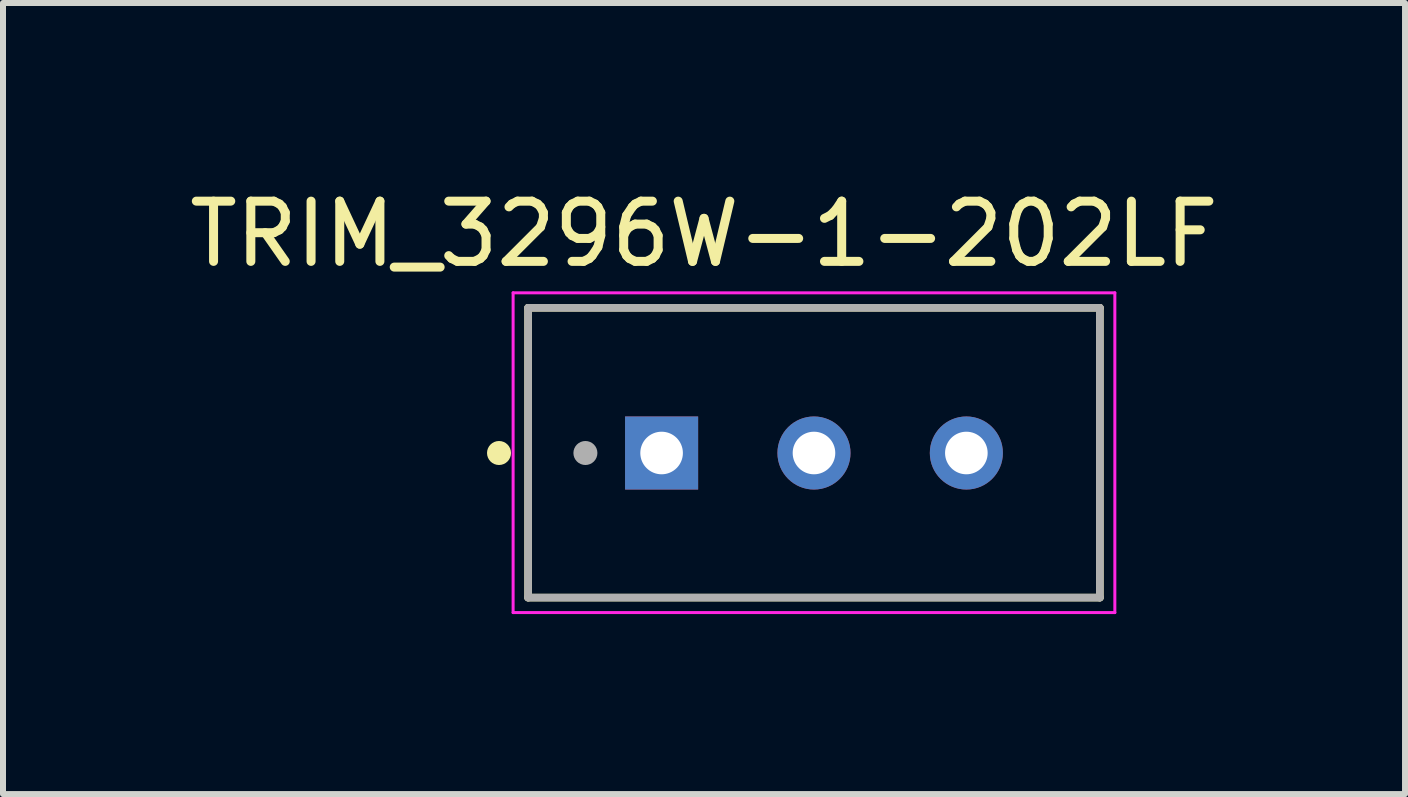
<source format=kicad_pcb>
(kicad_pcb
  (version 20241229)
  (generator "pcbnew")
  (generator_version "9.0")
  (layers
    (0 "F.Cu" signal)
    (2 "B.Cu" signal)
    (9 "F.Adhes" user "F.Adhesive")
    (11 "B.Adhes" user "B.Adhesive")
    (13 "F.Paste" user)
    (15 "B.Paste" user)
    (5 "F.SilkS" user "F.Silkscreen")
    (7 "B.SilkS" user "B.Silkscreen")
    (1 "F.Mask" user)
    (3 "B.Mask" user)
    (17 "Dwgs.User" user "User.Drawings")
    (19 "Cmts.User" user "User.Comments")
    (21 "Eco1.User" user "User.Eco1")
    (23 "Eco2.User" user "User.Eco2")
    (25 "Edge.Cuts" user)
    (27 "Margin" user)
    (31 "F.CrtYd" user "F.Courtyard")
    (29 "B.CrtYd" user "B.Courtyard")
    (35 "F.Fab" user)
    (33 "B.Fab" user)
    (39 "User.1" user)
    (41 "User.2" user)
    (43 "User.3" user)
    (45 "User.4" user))
  (footprint "TRIM_3296W-1-202LF"
    (layer "F.Cu")
    (at 10.518 4.501)
    (property "Reference" "TRIM_3296W-1-202LF" (at -1.833 -3.651 0) (layer "F.SilkS") (effects (font (size 1.004 1.004) (thickness 0.15))))
    (attr through_hole)
    (fp_line (start -4.765 -2.42) (end 4.765 -2.42) (stroke (width 0.127) (type solid)) (layer "F.SilkS"))
    (fp_line (start -4.765 2.41) (end -4.765 -2.42) (stroke (width 0.127) (type solid)) (layer "F.SilkS"))
    (fp_line (start 4.765 -2.42) (end 4.765 2.41) (stroke (width 0.127) (type solid)) (layer "F.SilkS"))
    (fp_line (start 4.765 2.41) (end -4.765 2.41) (stroke (width 0.127) (type solid)) (layer "F.SilkS"))
    (fp_circle (center -5.25 0) (end -5.15 0) (stroke (width 0.2) (type solid)) (fill no) (layer "F.SilkS"))
    (fp_line (start -5.015 -2.67) (end 5.015 -2.67) (stroke (width 0.05) (type solid)) (layer "F.CrtYd"))
    (fp_line (start -5.015 2.66) (end -5.015 -2.67) (stroke (width 0.05) (type solid)) (layer "F.CrtYd"))
    (fp_line (start 5.015 -2.67) (end 5.015 2.66) (stroke (width 0.05) (type solid)) (layer "F.CrtYd"))
    (fp_line (start 5.015 2.66) (end -5.015 2.66) (stroke (width 0.05) (type solid)) (layer "F.CrtYd"))
    (fp_line (start -4.765 -2.42) (end 4.765 -2.42) (stroke (width 0.127) (type solid)) (layer "F.Fab"))
    (fp_line (start -4.765 2.41) (end -4.765 -2.42) (stroke (width 0.127) (type solid)) (layer "F.Fab"))
    (fp_line (start 4.765 -2.42) (end 4.765 2.41) (stroke (width 0.127) (type solid)) (layer "F.Fab"))
    (fp_line (start 4.765 2.41) (end -4.765 2.41) (stroke (width 0.127) (type solid)) (layer "F.Fab"))
    (fp_circle (center -3.81 0) (end -3.71 0) (stroke (width 0.2) (type solid)) (fill no) (layer "F.Fab"))
    (pad "1" thru_hole rect (at -2.54 0) (size 1.218 1.218) (drill 0.71) (layers "*.Cu" "*.Mask"))
    (pad "2" thru_hole circle (at 0 0) (size 1.218 1.218) (drill 0.71) (layers "*.Cu" "*.Mask"))
    (pad "3" thru_hole circle (at 2.54 0) (size 1.218 1.218) (drill 0.71) (layers "*.Cu" "*.Mask")))
  (gr_rect
    (start -3 -3)
    (end 20.37 10.186)
    (stroke (width 0.1) (type default))
    (fill no)
    (layer "Edge.Cuts")))
</source>
